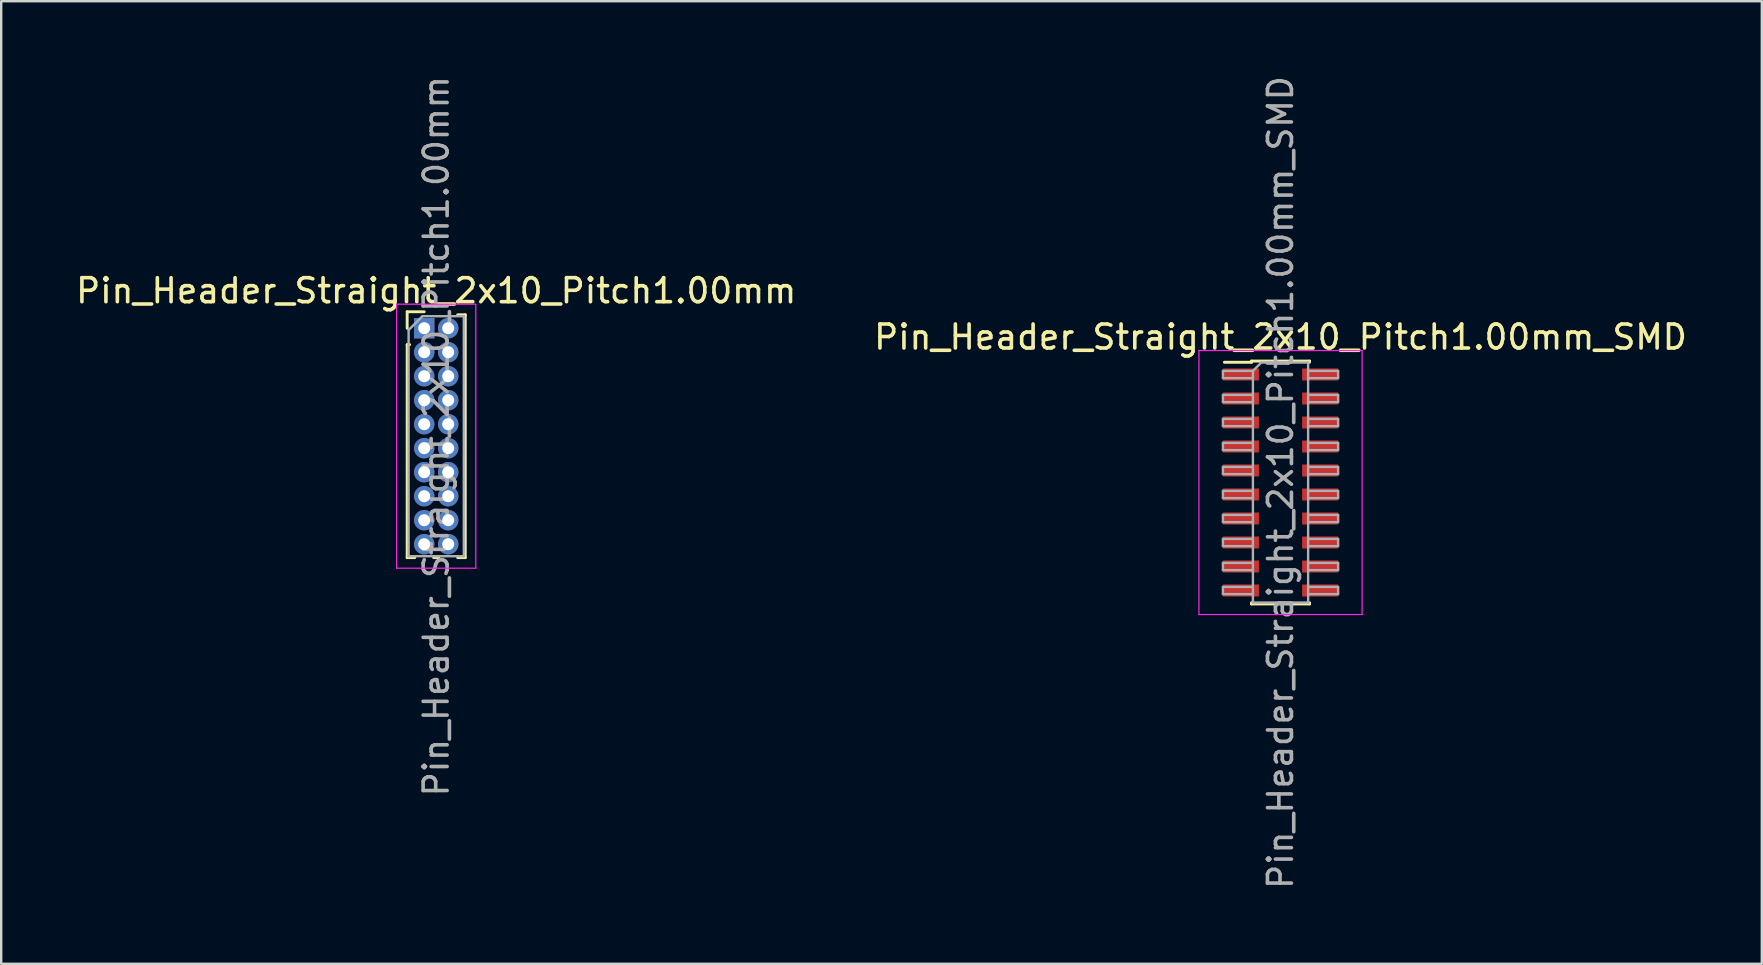
<source format=kicad_pcb>
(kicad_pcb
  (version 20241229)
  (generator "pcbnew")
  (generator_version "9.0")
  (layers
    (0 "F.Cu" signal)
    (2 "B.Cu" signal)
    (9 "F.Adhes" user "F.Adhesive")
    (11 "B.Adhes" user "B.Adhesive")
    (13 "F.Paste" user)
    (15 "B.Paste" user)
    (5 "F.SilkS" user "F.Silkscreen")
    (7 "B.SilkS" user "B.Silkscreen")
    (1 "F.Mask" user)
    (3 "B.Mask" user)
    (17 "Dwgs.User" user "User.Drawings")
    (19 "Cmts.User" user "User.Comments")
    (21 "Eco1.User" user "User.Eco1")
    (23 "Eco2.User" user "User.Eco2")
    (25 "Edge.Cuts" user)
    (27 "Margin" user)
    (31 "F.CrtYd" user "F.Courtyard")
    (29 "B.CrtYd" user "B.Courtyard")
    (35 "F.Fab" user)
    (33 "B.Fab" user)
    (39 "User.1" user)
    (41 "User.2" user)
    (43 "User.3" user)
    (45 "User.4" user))
  (footprint "Pin_Header_Straight_2x10_Pitch1.00mm"
    (layer "F.Cu")
    (at 14.625 10.625)
    (property "Reference" "Pin_Header_Straight_2x10_Pitch1.00mm" (at 0.5 -1.56 0) (layer "F.SilkS") (effects (font (size 1 1) (thickness 0.15))))
    (attr through_hole)
    (fp_line (start -0.71 -0.685) (end 0 -0.685) (stroke (width 0.12) (type solid)) (layer "F.SilkS"))
    (fp_line (start -0.71 0) (end -0.71 -0.685) (stroke (width 0.12) (type solid)) (layer "F.SilkS"))
    (fp_line (start -0.71 0.685) (end -0.71 9.56) (stroke (width 0.12) (type solid)) (layer "F.SilkS"))
    (fp_line (start -0.71 0.685) (end -0.608 0.685) (stroke (width 0.12) (type solid)) (layer "F.SilkS"))
    (fp_line (start -0.71 9.56) (end -0.394 9.56) (stroke (width 0.12) (type solid)) (layer "F.SilkS"))
    (fp_line (start 0.394 9.56) (end 0.606 9.56) (stroke (width 0.12) (type solid)) (layer "F.SilkS"))
    (fp_line (start 1.394 -0.56) (end 1.71 -0.56) (stroke (width 0.12) (type solid)) (layer "F.SilkS"))
    (fp_line (start 1.394 9.56) (end 1.71 9.56) (stroke (width 0.12) (type solid)) (layer "F.SilkS"))
    (fp_line (start 1.71 -0.56) (end 1.71 9.56) (stroke (width 0.12) (type solid)) (layer "F.SilkS"))
    (fp_line (start -1.15 -1) (end -1.15 10) (stroke (width 0.05) (type solid)) (layer "F.CrtYd"))
    (fp_line (start -1.15 10) (end 2.15 10) (stroke (width 0.05) (type solid)) (layer "F.CrtYd"))
    (fp_line (start 2.15 -1) (end -1.15 -1) (stroke (width 0.05) (type solid)) (layer "F.CrtYd"))
    (fp_line (start 2.15 10) (end 2.15 -1) (stroke (width 0.05) (type solid)) (layer "F.CrtYd"))
    (fp_line (start -0.65 0.075) (end -0.075 -0.5) (stroke (width 0.1) (type solid)) (layer "F.Fab"))
    (fp_line (start -0.65 9.5) (end -0.65 0.075) (stroke (width 0.1) (type solid)) (layer "F.Fab"))
    (fp_line (start -0.075 -0.5) (end 1.65 -0.5) (stroke (width 0.1) (type solid)) (layer "F.Fab"))
    (fp_line (start 1.65 -0.5) (end 1.65 9.5) (stroke (width 0.1) (type solid)) (layer "F.Fab"))
    (fp_line (start 1.65 9.5) (end -0.65 9.5) (stroke (width 0.1) (type solid)) (layer "F.Fab"))
    (fp_text user "${REFERENCE}" (at 0.5 4.5 90) (layer "F.Fab") (effects (font (size 1 1) (thickness 0.15))))
    (pad "1" thru_hole rect (at 0 0) (size 0.85 0.85) (drill 0.5) (layers "*.Cu" "*.Mask"))
    (pad "2" thru_hole oval (at 1 0) (size 0.85 0.85) (drill 0.5) (layers "*.Cu" "*.Mask"))
    (pad "3" thru_hole oval (at 0 1) (size 0.85 0.85) (drill 0.5) (layers "*.Cu" "*.Mask"))
    (pad "4" thru_hole oval (at 1 1) (size 0.85 0.85) (drill 0.5) (layers "*.Cu" "*.Mask"))
    (pad "5" thru_hole oval (at 0 2) (size 0.85 0.85) (drill 0.5) (layers "*.Cu" "*.Mask"))
    (pad "6" thru_hole oval (at 1 2) (size 0.85 0.85) (drill 0.5) (layers "*.Cu" "*.Mask"))
    (pad "7" thru_hole oval (at 0 3) (size 0.85 0.85) (drill 0.5) (layers "*.Cu" "*.Mask"))
    (pad "8" thru_hole oval (at 1 3) (size 0.85 0.85) (drill 0.5) (layers "*.Cu" "*.Mask"))
    (pad "9" thru_hole oval (at 0 4) (size 0.85 0.85) (drill 0.5) (layers "*.Cu" "*.Mask"))
    (pad "10" thru_hole oval (at 1 4) (size 0.85 0.85) (drill 0.5) (layers "*.Cu" "*.Mask"))
    (pad "11" thru_hole oval (at 0 5) (size 0.85 0.85) (drill 0.5) (layers "*.Cu" "*.Mask"))
    (pad "12" thru_hole oval (at 1 5) (size 0.85 0.85) (drill 0.5) (layers "*.Cu" "*.Mask"))
    (pad "13" thru_hole oval (at 0 6) (size 0.85 0.85) (drill 0.5) (layers "*.Cu" "*.Mask"))
    (pad "14" thru_hole oval (at 1 6) (size 0.85 0.85) (drill 0.5) (layers "*.Cu" "*.Mask"))
    (pad "15" thru_hole oval (at 0 7) (size 0.85 0.85) (drill 0.5) (layers "*.Cu" "*.Mask"))
    (pad "16" thru_hole oval (at 1 7) (size 0.85 0.85) (drill 0.5) (layers "*.Cu" "*.Mask"))
    (pad "17" thru_hole oval (at 0 8) (size 0.85 0.85) (drill 0.5) (layers "*.Cu" "*.Mask"))
    (pad "18" thru_hole oval (at 1 8) (size 0.85 0.85) (drill 0.5) (layers "*.Cu" "*.Mask"))
    (pad "19" thru_hole oval (at 0 9) (size 0.85 0.85) (drill 0.5) (layers "*.Cu" "*.Mask"))
    (pad "20" thru_hole oval (at 1 9) (size 0.85 0.85) (drill 0.5) (layers "*.Cu" "*.Mask")))
  (footprint "Pin_Header_Straight_2x10_Pitch1.00mm_SMD"
    (layer "F.Cu")
    (at 50.304 17.054)
    (property "Reference" "Pin_Header_Straight_2x10_Pitch1.00mm_SMD" (at 0 -6.06 0) (layer "F.SilkS") (effects (font (size 1 1) (thickness 0.15))))
    (attr smd)
    (fp_line (start -2.34 -5.01) (end -1.21 -5.01) (stroke (width 0.12) (type solid)) (layer "F.SilkS"))
    (fp_line (start -1.21 -5.06) (end -1.21 -5.01) (stroke (width 0.12) (type solid)) (layer "F.SilkS"))
    (fp_line (start -1.21 -5.06) (end 1.21 -5.06) (stroke (width 0.12) (type solid)) (layer "F.SilkS"))
    (fp_line (start -1.21 5.01) (end -1.21 5.06) (stroke (width 0.12) (type solid)) (layer "F.SilkS"))
    (fp_line (start -1.21 5.06) (end 1.21 5.06) (stroke (width 0.12) (type solid)) (layer "F.SilkS"))
    (fp_line (start 1.21 -5.06) (end 1.21 -5.01) (stroke (width 0.12) (type solid)) (layer "F.SilkS"))
    (fp_line (start 1.21 5.01) (end 1.21 5.06) (stroke (width 0.12) (type solid)) (layer "F.SilkS"))
    (fp_line (start -3.4 -5.5) (end -3.4 5.5) (stroke (width 0.05) (type solid)) (layer "F.CrtYd"))
    (fp_line (start -3.4 5.5) (end 3.4 5.5) (stroke (width 0.05) (type solid)) (layer "F.CrtYd"))
    (fp_line (start 3.4 -5.5) (end -3.4 -5.5) (stroke (width 0.05) (type solid)) (layer "F.CrtYd"))
    (fp_line (start 3.4 5.5) (end 3.4 -5.5) (stroke (width 0.05) (type solid)) (layer "F.CrtYd"))
    (fp_line (start -2.4 -4.65) (end -2.4 -4.35) (stroke (width 0.1) (type solid)) (layer "F.Fab"))
    (fp_line (start -2.4 -4.35) (end -1.15 -4.35) (stroke (width 0.1) (type solid)) (layer "F.Fab"))
    (fp_line (start -2.4 -3.65) (end -2.4 -3.35) (stroke (width 0.1) (type solid)) (layer "F.Fab"))
    (fp_line (start -2.4 -3.35) (end -1.15 -3.35) (stroke (width 0.1) (type solid)) (layer "F.Fab"))
    (fp_line (start -2.4 -2.65) (end -2.4 -2.35) (stroke (width 0.1) (type solid)) (layer "F.Fab"))
    (fp_line (start -2.4 -2.35) (end -1.15 -2.35) (stroke (width 0.1) (type solid)) (layer "F.Fab"))
    (fp_line (start -2.4 -1.65) (end -2.4 -1.35) (stroke (width 0.1) (type solid)) (layer "F.Fab"))
    (fp_line (start -2.4 -1.35) (end -1.15 -1.35) (stroke (width 0.1) (type solid)) (layer "F.Fab"))
    (fp_line (start -2.4 -0.65) (end -2.4 -0.35) (stroke (width 0.1) (type solid)) (layer "F.Fab"))
    (fp_line (start -2.4 -0.35) (end -1.15 -0.35) (stroke (width 0.1) (type solid)) (layer "F.Fab"))
    (fp_line (start -2.4 0.35) (end -2.4 0.65) (stroke (width 0.1) (type solid)) (layer "F.Fab"))
    (fp_line (start -2.4 0.65) (end -1.15 0.65) (stroke (width 0.1) (type solid)) (layer "F.Fab"))
    (fp_line (start -2.4 1.35) (end -2.4 1.65) (stroke (width 0.1) (type solid)) (layer "F.Fab"))
    (fp_line (start -2.4 1.65) (end -1.15 1.65) (stroke (width 0.1) (type solid)) (layer "F.Fab"))
    (fp_line (start -2.4 2.35) (end -2.4 2.65) (stroke (width 0.1) (type solid)) (layer "F.Fab"))
    (fp_line (start -2.4 2.65) (end -1.15 2.65) (stroke (width 0.1) (type solid)) (layer "F.Fab"))
    (fp_line (start -2.4 3.35) (end -2.4 3.65) (stroke (width 0.1) (type solid)) (layer "F.Fab"))
    (fp_line (start -2.4 3.65) (end -1.15 3.65) (stroke (width 0.1) (type solid)) (layer "F.Fab"))
    (fp_line (start -2.4 4.35) (end -2.4 4.65) (stroke (width 0.1) (type solid)) (layer "F.Fab"))
    (fp_line (start -2.4 4.65) (end -1.15 4.65) (stroke (width 0.1) (type solid)) (layer "F.Fab"))
    (fp_line (start -1.15 -4.65) (end -2.4 -4.65) (stroke (width 0.1) (type solid)) (layer "F.Fab"))
    (fp_line (start -1.15 -4.65) (end -0.8 -5) (stroke (width 0.1) (type solid)) (layer "F.Fab"))
    (fp_line (start -1.15 -3.65) (end -2.4 -3.65) (stroke (width 0.1) (type solid)) (layer "F.Fab"))
    (fp_line (start -1.15 -2.65) (end -2.4 -2.65) (stroke (width 0.1) (type solid)) (layer "F.Fab"))
    (fp_line (start -1.15 -1.65) (end -2.4 -1.65) (stroke (width 0.1) (type solid)) (layer "F.Fab"))
    (fp_line (start -1.15 -0.65) (end -2.4 -0.65) (stroke (width 0.1) (type solid)) (layer "F.Fab"))
    (fp_line (start -1.15 0.35) (end -2.4 0.35) (stroke (width 0.1) (type solid)) (layer "F.Fab"))
    (fp_line (start -1.15 1.35) (end -2.4 1.35) (stroke (width 0.1) (type solid)) (layer "F.Fab"))
    (fp_line (start -1.15 2.35) (end -2.4 2.35) (stroke (width 0.1) (type solid)) (layer "F.Fab"))
    (fp_line (start -1.15 3.35) (end -2.4 3.35) (stroke (width 0.1) (type solid)) (layer "F.Fab"))
    (fp_line (start -1.15 4.35) (end -2.4 4.35) (stroke (width 0.1) (type solid)) (layer "F.Fab"))
    (fp_line (start -1.15 5) (end -1.15 -4.65) (stroke (width 0.1) (type solid)) (layer "F.Fab"))
    (fp_line (start -0.8 -5) (end 1.15 -5) (stroke (width 0.1) (type solid)) (layer "F.Fab"))
    (fp_line (start 1.15 -5) (end 1.15 5) (stroke (width 0.1) (type solid)) (layer "F.Fab"))
    (fp_line (start 1.15 -4.65) (end 2.4 -4.65) (stroke (width 0.1) (type solid)) (layer "F.Fab"))
    (fp_line (start 1.15 -3.65) (end 2.4 -3.65) (stroke (width 0.1) (type solid)) (layer "F.Fab"))
    (fp_line (start 1.15 -2.65) (end 2.4 -2.65) (stroke (width 0.1) (type solid)) (layer "F.Fab"))
    (fp_line (start 1.15 -1.65) (end 2.4 -1.65) (stroke (width 0.1) (type solid)) (layer "F.Fab"))
    (fp_line (start 1.15 -0.65) (end 2.4 -0.65) (stroke (width 0.1) (type solid)) (layer "F.Fab"))
    (fp_line (start 1.15 0.35) (end 2.4 0.35) (stroke (width 0.1) (type solid)) (layer "F.Fab"))
    (fp_line (start 1.15 1.35) (end 2.4 1.35) (stroke (width 0.1) (type solid)) (layer "F.Fab"))
    (fp_line (start 1.15 2.35) (end 2.4 2.35) (stroke (width 0.1) (type solid)) (layer "F.Fab"))
    (fp_line (start 1.15 3.35) (end 2.4 3.35) (stroke (width 0.1) (type solid)) (layer "F.Fab"))
    (fp_line (start 1.15 4.35) (end 2.4 4.35) (stroke (width 0.1) (type solid)) (layer "F.Fab"))
    (fp_line (start 1.15 5) (end -1.15 5) (stroke (width 0.1) (type solid)) (layer "F.Fab"))
    (fp_line (start 2.4 -4.65) (end 2.4 -4.35) (stroke (width 0.1) (type solid)) (layer "F.Fab"))
    (fp_line (start 2.4 -4.35) (end 1.15 -4.35) (stroke (width 0.1) (type solid)) (layer "F.Fab"))
    (fp_line (start 2.4 -3.65) (end 2.4 -3.35) (stroke (width 0.1) (type solid)) (layer "F.Fab"))
    (fp_line (start 2.4 -3.35) (end 1.15 -3.35) (stroke (width 0.1) (type solid)) (layer "F.Fab"))
    (fp_line (start 2.4 -2.65) (end 2.4 -2.35) (stroke (width 0.1) (type solid)) (layer "F.Fab"))
    (fp_line (start 2.4 -2.35) (end 1.15 -2.35) (stroke (width 0.1) (type solid)) (layer "F.Fab"))
    (fp_line (start 2.4 -1.65) (end 2.4 -1.35) (stroke (width 0.1) (type solid)) (layer "F.Fab"))
    (fp_line (start 2.4 -1.35) (end 1.15 -1.35) (stroke (width 0.1) (type solid)) (layer "F.Fab"))
    (fp_line (start 2.4 -0.65) (end 2.4 -0.35) (stroke (width 0.1) (type solid)) (layer "F.Fab"))
    (fp_line (start 2.4 -0.35) (end 1.15 -0.35) (stroke (width 0.1) (type solid)) (layer "F.Fab"))
    (fp_line (start 2.4 0.35) (end 2.4 0.65) (stroke (width 0.1) (type solid)) (layer "F.Fab"))
    (fp_line (start 2.4 0.65) (end 1.15 0.65) (stroke (width 0.1) (type solid)) (layer "F.Fab"))
    (fp_line (start 2.4 1.35) (end 2.4 1.65) (stroke (width 0.1) (type solid)) (layer "F.Fab"))
    (fp_line (start 2.4 1.65) (end 1.15 1.65) (stroke (width 0.1) (type solid)) (layer "F.Fab"))
    (fp_line (start 2.4 2.35) (end 2.4 2.65) (stroke (width 0.1) (type solid)) (layer "F.Fab"))
    (fp_line (start 2.4 2.65) (end 1.15 2.65) (stroke (width 0.1) (type solid)) (layer "F.Fab"))
    (fp_line (start 2.4 3.35) (end 2.4 3.65) (stroke (width 0.1) (type solid)) (layer "F.Fab"))
    (fp_line (start 2.4 3.65) (end 1.15 3.65) (stroke (width 0.1) (type solid)) (layer "F.Fab"))
    (fp_line (start 2.4 4.35) (end 2.4 4.65) (stroke (width 0.1) (type solid)) (layer "F.Fab"))
    (fp_line (start 2.4 4.65) (end 1.15 4.65) (stroke (width 0.1) (type solid)) (layer "F.Fab"))
    (fp_text user "${REFERENCE}" (at 0 0 90) (layer "F.Fab") (effects (font (size 1 1) (thickness 0.15))))
    (pad "1" smd rect (at -1.65 -4.5) (size 1.5 0.5) (layers "F.Cu" "F.Mask" "F.Paste"))
    (pad "2" smd rect (at 1.65 -4.5) (size 1.5 0.5) (layers "F.Cu" "F.Mask" "F.Paste"))
    (pad "3" smd rect (at -1.65 -3.5) (size 1.5 0.5) (layers "F.Cu" "F.Mask" "F.Paste"))
    (pad "4" smd rect (at 1.65 -3.5) (size 1.5 0.5) (layers "F.Cu" "F.Mask" "F.Paste"))
    (pad "5" smd rect (at -1.65 -2.5) (size 1.5 0.5) (layers "F.Cu" "F.Mask" "F.Paste"))
    (pad "6" smd rect (at 1.65 -2.5) (size 1.5 0.5) (layers "F.Cu" "F.Mask" "F.Paste"))
    (pad "7" smd rect (at -1.65 -1.5) (size 1.5 0.5) (layers "F.Cu" "F.Mask" "F.Paste"))
    (pad "8" smd rect (at 1.65 -1.5) (size 1.5 0.5) (layers "F.Cu" "F.Mask" "F.Paste"))
    (pad "9" smd rect (at -1.65 -0.5) (size 1.5 0.5) (layers "F.Cu" "F.Mask" "F.Paste"))
    (pad "10" smd rect (at 1.65 -0.5) (size 1.5 0.5) (layers "F.Cu" "F.Mask" "F.Paste"))
    (pad "11" smd rect (at -1.65 0.5) (size 1.5 0.5) (layers "F.Cu" "F.Mask" "F.Paste"))
    (pad "12" smd rect (at 1.65 0.5) (size 1.5 0.5) (layers "F.Cu" "F.Mask" "F.Paste"))
    (pad "13" smd rect (at -1.65 1.5) (size 1.5 0.5) (layers "F.Cu" "F.Mask" "F.Paste"))
    (pad "14" smd rect (at 1.65 1.5) (size 1.5 0.5) (layers "F.Cu" "F.Mask" "F.Paste"))
    (pad "15" smd rect (at -1.65 2.5) (size 1.5 0.5) (layers "F.Cu" "F.Mask" "F.Paste"))
    (pad "16" smd rect (at 1.65 2.5) (size 1.5 0.5) (layers "F.Cu" "F.Mask" "F.Paste"))
    (pad "17" smd rect (at -1.65 3.5) (size 1.5 0.5) (layers "F.Cu" "F.Mask" "F.Paste"))
    (pad "18" smd rect (at 1.65 3.5) (size 1.5 0.5) (layers "F.Cu" "F.Mask" "F.Paste"))
    (pad "19" smd rect (at -1.65 4.5) (size 1.5 0.5) (layers "F.Cu" "F.Mask" "F.Paste"))
    (pad "20" smd rect (at 1.65 4.5) (size 1.5 0.5) (layers "F.Cu" "F.Mask" "F.Paste")))
  (gr_rect
    (start -3 -3)
    (end 70.357 37.107)
    (stroke (width 0.1) (type default))
    (fill no)
    (layer "Edge.Cuts")))
</source>
